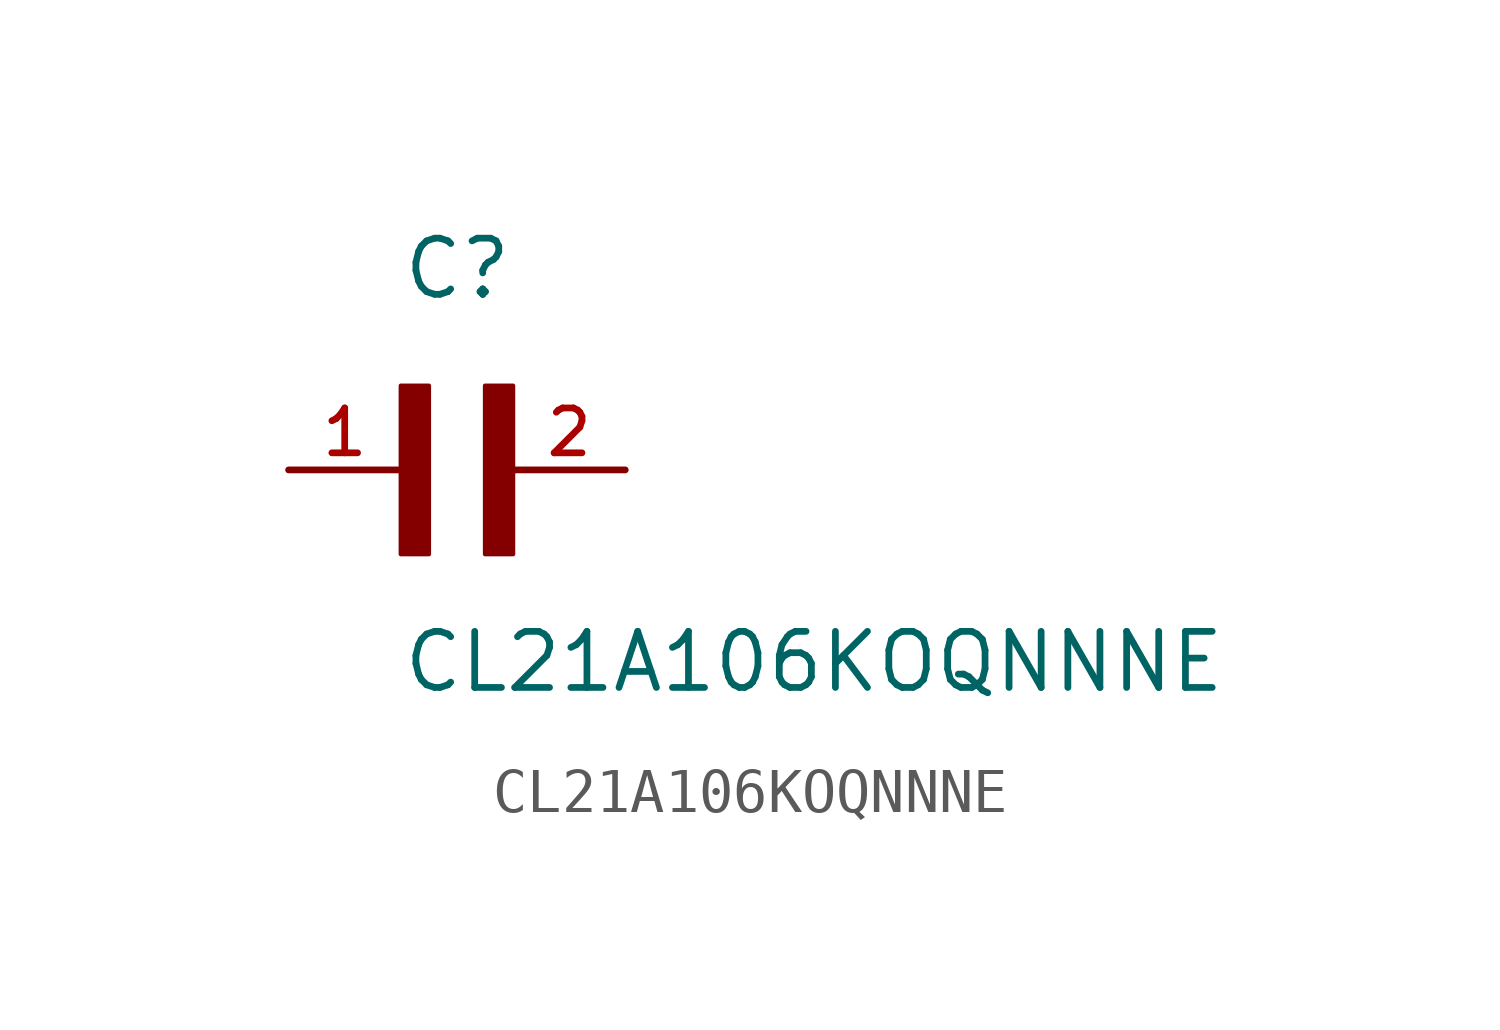
<source format=kicad_sym>
(kicad_symbol_lib
  (version 20211014)
  (generator kicad_symbol_editor)
  (symbol "CL21A106KOQNNNE"
    (pin_names
      (offset 1.016))
    (property "Reference" "C"
      (at 0.0 3.811 0)
      (effects (font (size 1.27 1.27)) (justify bottom left)))
    (property "Value" "CL21A106KOQNNNE"
      (at 0.0 -5.088 0)
      (effects (font (size 1.27 1.27)) (justify bottom left)))
    (symbol "CL21A106KOQNNNE_0_0"
      (rectangle (start 0.0 -1.907) (end 0.635 1.905) (stroke (width 0.1)) (fill (type outline)))
      (rectangle (start 1.907 -1.907) (end 2.54 1.905) (stroke (width 0.1)) (fill (type outline)))
      (pin passive line (at -2.54 0.0 0) (length 2.54) (name "~" (effects (font (size 1.016 1.016)))) (number "1" (effects (font (size 1.016 1.016)))))
      (pin passive line (at 5.08 0.0 180.0) (length 2.54) (name "~" (effects (font (size 1.016 1.016)))) (number "2" (effects (font (size 1.016 1.016))))))))
</source>
